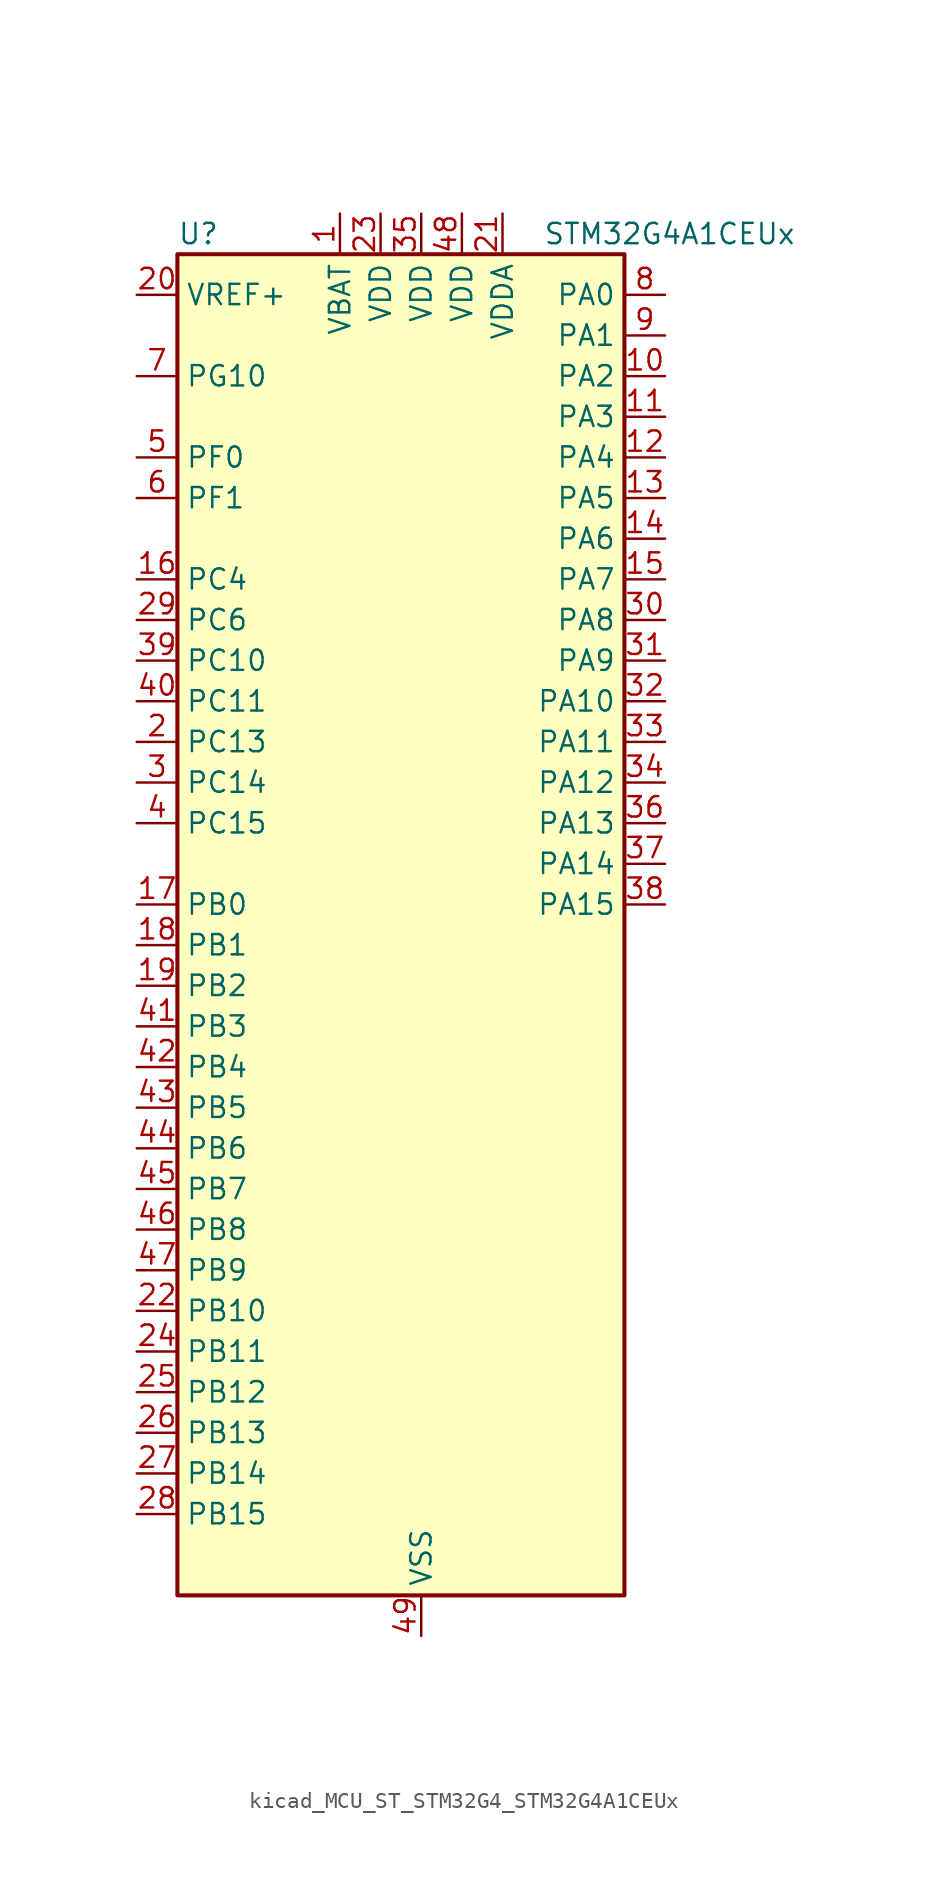
<source format=kicad_sym>
(kicad_symbol_lib
  (version 20220914)
  (generator kicad_symbol_editor)
  (symbol "kicad_MCU_ST_STM32G4_STM32G4A1CEUx"
    (property "Reference" "U"
      (at -12.7 44.45 0)
      (effects (font (size 1.27 1.27)) (justify left)))
    (property "Value" "STM32G4A1CEUx"
      (at 10.16 44.45 0)
      (effects (font (size 1.27 1.27)) (justify left)))
    (property "ki_locked" ""
      (at 0 0 0)
      (effects (font (size 1.27 1.27))))
    (symbol "kicad_MCU_ST_STM32G4_STM32G4A1CEUx_0_1"
      (rectangle (start -12.7 -40.64) (end 15.24 43.18) (stroke (width 0.254) (type default)) (fill (type background))))
    (symbol "kicad_MCU_ST_STM32G4_STM32G4A1CEUx_1_1"
      (pin power_in line (at -2.54 45.72 270) (length 2.54) (name "VBAT" (effects (font (size 1.27 1.27)))) (number "1" (effects (font (size 1.27 1.27)))))
      (pin bidirectional line (at 17.78 35.56 180) (length 2.54) (name "PA2" (effects (font (size 1.27 1.27)))) (number "10" (effects (font (size 1.27 1.27)))) (alternate "ADC1_IN3" bidirectional line) (alternate "ADC3_EXTI2" bidirectional line) (alternate "COMP2_INM" bidirectional line) (alternate "COMP2_OUT" bidirectional line) (alternate "LPUART1_TX" bidirectional line) (alternate "OPAMP1_VOUT" bidirectional line) (alternate "QUADSPI1_BK1_NCS" bidirectional line) (alternate "RCC_LSCO" bidirectional line) (alternate "SYS_WKUP4" bidirectional line) (alternate "TIM15_CH1" bidirectional line) (alternate "TIM2_CH3" bidirectional line) (alternate "UCPD1_FRSTX1" bidirectional line) (alternate "UCPD1_FRSTX2" bidirectional line) (alternate "USART2_TX" bidirectional line))
      (pin bidirectional line (at 17.78 33.02 180) (length 2.54) (name "PA3" (effects (font (size 1.27 1.27)))) (number "11" (effects (font (size 1.27 1.27)))) (alternate "ADC1_IN4" bidirectional line) (alternate "ADC3_EXTI3" bidirectional line) (alternate "COMP2_INP" bidirectional line) (alternate "LPUART1_RX" bidirectional line) (alternate "OPAMP1_VINM" bidirectional line) (alternate "OPAMP1_VINM0" bidirectional line) (alternate "OPAMP1_VINM_SEC" bidirectional line) (alternate "OPAMP1_VINP" bidirectional line) (alternate "OPAMP1_VINP_SEC" bidirectional line) (alternate "QUADSPI1_CLK" bidirectional line) (alternate "SAI1_CK1" bidirectional line) (alternate "SAI1_MCLK_A" bidirectional line) (alternate "TIM15_CH2" bidirectional line) (alternate "TIM2_CH4" bidirectional line) (alternate "USART2_RX" bidirectional line))
      (pin bidirectional line (at 17.78 30.48 180) (length 2.54) (name "PA4" (effects (font (size 1.27 1.27)))) (number "12" (effects (font (size 1.27 1.27)))) (alternate "ADC2_IN17" bidirectional line) (alternate "COMP1_INM" bidirectional line) (alternate "DAC1_OUT1" bidirectional line) (alternate "I2S3_WS" bidirectional line) (alternate "SAI1_FS_B" bidirectional line) (alternate "SPI1_NSS" bidirectional line) (alternate "SPI3_NSS" bidirectional line) (alternate "TIM3_CH2" bidirectional line) (alternate "USART2_CK" bidirectional line))
      (pin bidirectional line (at 17.78 27.94 180) (length 2.54) (name "PA5" (effects (font (size 1.27 1.27)))) (number "13" (effects (font (size 1.27 1.27)))) (alternate "ADC2_IN13" bidirectional line) (alternate "COMP2_INM" bidirectional line) (alternate "DAC1_OUT2" bidirectional line) (alternate "OPAMP2_VINM" bidirectional line) (alternate "OPAMP2_VINM0" bidirectional line) (alternate "OPAMP2_VINM_SEC" bidirectional line) (alternate "SPI1_SCK" bidirectional line) (alternate "TIM2_CH1" bidirectional line) (alternate "TIM2_ETR" bidirectional line) (alternate "UCPD1_FRSTX1" bidirectional line) (alternate "UCPD1_FRSTX2" bidirectional line))
      (pin bidirectional line (at 17.78 25.4 180) (length 2.54) (name "PA6" (effects (font (size 1.27 1.27)))) (number "14" (effects (font (size 1.27 1.27)))) (alternate "ADC2_IN3" bidirectional line) (alternate "COMP1_OUT" bidirectional line) (alternate "LPUART1_CTS" bidirectional line) (alternate "OPAMP2_VOUT" bidirectional line) (alternate "QUADSPI1_BK1_IO3" bidirectional line) (alternate "SPI1_MISO" bidirectional line) (alternate "TIM16_CH1" bidirectional line) (alternate "TIM1_BKIN" bidirectional line) (alternate "TIM3_CH1" bidirectional line) (alternate "TIM8_BKIN" bidirectional line))
      (pin bidirectional line (at 17.78 22.86 180) (length 2.54) (name "PA7" (effects (font (size 1.27 1.27)))) (number "15" (effects (font (size 1.27 1.27)))) (alternate "ADC2_IN4" bidirectional line) (alternate "COMP2_INP" bidirectional line) (alternate "COMP2_OUT" bidirectional line) (alternate "OPAMP1_VINP" bidirectional line) (alternate "OPAMP1_VINP_SEC" bidirectional line) (alternate "OPAMP2_VINP" bidirectional line) (alternate "OPAMP2_VINP_SEC" bidirectional line) (alternate "QUADSPI1_BK1_IO2" bidirectional line) (alternate "SPI1_MOSI" bidirectional line) (alternate "TIM17_CH1" bidirectional line) (alternate "TIM1_CH1N" bidirectional line) (alternate "TIM3_CH2" bidirectional line) (alternate "TIM8_CH1N" bidirectional line) (alternate "UCPD1_FRSTX1" bidirectional line) (alternate "UCPD1_FRSTX2" bidirectional line))
      (pin bidirectional line (at -15.24 22.86 0) (length 2.54) (name "PC4" (effects (font (size 1.27 1.27)))) (number "16" (effects (font (size 1.27 1.27)))) (alternate "ADC2_IN5" bidirectional line) (alternate "I2C2_SCL" bidirectional line) (alternate "QUADSPI1_BK2_IO3" bidirectional line) (alternate "TIM1_ETR" bidirectional line) (alternate "USART1_TX" bidirectional line))
      (pin bidirectional line (at -15.24 2.54 0) (length 2.54) (name "PB0" (effects (font (size 1.27 1.27)))) (number "17" (effects (font (size 1.27 1.27)))) (alternate "ADC1_IN15" bidirectional line) (alternate "ADC3_IN12" bidirectional line) (alternate "COMP4_INP" bidirectional line) (alternate "OPAMP2_VINP" bidirectional line) (alternate "OPAMP2_VINP_SEC" bidirectional line) (alternate "OPAMP3_VINP" bidirectional line) (alternate "OPAMP3_VINP_SEC" bidirectional line) (alternate "QUADSPI1_BK1_IO1" bidirectional line) (alternate "TIM1_CH2N" bidirectional line) (alternate "TIM3_CH3" bidirectional line) (alternate "TIM8_CH2N" bidirectional line) (alternate "UCPD1_FRSTX1" bidirectional line) (alternate "UCPD1_FRSTX2" bidirectional line))
      (pin bidirectional line (at -15.24 0 0) (length 2.54) (name "PB1" (effects (font (size 1.27 1.27)))) (number "18" (effects (font (size 1.27 1.27)))) (alternate "ADC1_IN12" bidirectional line) (alternate "ADC3_IN1" bidirectional line) (alternate "COMP1_INP" bidirectional line) (alternate "COMP4_OUT" bidirectional line) (alternate "LPUART1_DE" bidirectional line) (alternate "LPUART1_RTS" bidirectional line) (alternate "OPAMP3_VOUT" bidirectional line) (alternate "OPAMP6_VINM" bidirectional line) (alternate "OPAMP6_VINM1" bidirectional line) (alternate "OPAMP6_VINM_SEC" bidirectional line) (alternate "QUADSPI1_BK1_IO0" bidirectional line) (alternate "TIM1_CH3N" bidirectional line) (alternate "TIM3_CH4" bidirectional line) (alternate "TIM8_CH3N" bidirectional line))
      (pin bidirectional line (at -15.24 -2.54 0) (length 2.54) (name "PB2" (effects (font (size 1.27 1.27)))) (number "19" (effects (font (size 1.27 1.27)))) (alternate "ADC2_IN12" bidirectional line) (alternate "ADC3_EXTI2" bidirectional line) (alternate "COMP4_INM" bidirectional line) (alternate "I2C3_SMBA" bidirectional line) (alternate "LPTIM1_OUT" bidirectional line) (alternate "OPAMP3_VINM" bidirectional line) (alternate "OPAMP3_VINM0" bidirectional line) (alternate "OPAMP3_VINM_SEC" bidirectional line) (alternate "QUADSPI1_BK2_IO1" bidirectional line) (alternate "RTC_OUT2" bidirectional line) (alternate "TIM20_CH1" bidirectional line))
      (pin bidirectional line (at -15.24 12.7 0) (length 2.54) (name "PC13" (effects (font (size 1.27 1.27)))) (number "2" (effects (font (size 1.27 1.27)))) (alternate "RTC_OUT1" bidirectional line) (alternate "RTC_TAMP1" bidirectional line) (alternate "RTC_TS" bidirectional line) (alternate "SYS_WKUP2" bidirectional line) (alternate "TIM1_BKIN" bidirectional line) (alternate "TIM1_CH1N" bidirectional line) (alternate "TIM8_CH4N" bidirectional line))
      (pin input line (at -15.24 40.64 0) (length 2.54) (name "VREF+" (effects (font (size 1.27 1.27)))) (number "20" (effects (font (size 1.27 1.27)))) (alternate "VREFBUF_OUT" bidirectional line))
      (pin power_in line (at 7.62 45.72 270) (length 2.54) (name "VDDA" (effects (font (size 1.27 1.27)))) (number "21" (effects (font (size 1.27 1.27)))))
      (pin bidirectional line (at -15.24 -22.86 0) (length 2.54) (name "PB10" (effects (font (size 1.27 1.27)))) (number "22" (effects (font (size 1.27 1.27)))) (alternate "DAC1_EXTI10" bidirectional line) (alternate "DAC3_EXTI10" bidirectional line) (alternate "LPUART1_RX" bidirectional line) (alternate "OPAMP3_VINM" bidirectional line) (alternate "OPAMP3_VINM1" bidirectional line) (alternate "OPAMP3_VINM_SEC" bidirectional line) (alternate "QUADSPI1_CLK" bidirectional line) (alternate "SAI1_SCK_A" bidirectional line) (alternate "TIM1_BKIN" bidirectional line) (alternate "TIM2_CH3" bidirectional line) (alternate "USART3_TX" bidirectional line))
      (pin power_in line (at 0 45.72 270) (length 2.54) (name "VDD" (effects (font (size 1.27 1.27)))) (number "23" (effects (font (size 1.27 1.27)))))
      (pin bidirectional line (at -15.24 -25.4 0) (length 2.54) (name "PB11" (effects (font (size 1.27 1.27)))) (number "24" (effects (font (size 1.27 1.27)))) (alternate "ADC1_EXTI11" bidirectional line) (alternate "ADC1_IN14" bidirectional line) (alternate "ADC2_EXTI11" bidirectional line) (alternate "ADC2_IN14" bidirectional line) (alternate "LPUART1_TX" bidirectional line) (alternate "OPAMP6_VOUT" bidirectional line) (alternate "QUADSPI1_BK1_NCS" bidirectional line) (alternate "TIM2_CH4" bidirectional line) (alternate "USART3_RX" bidirectional line))
      (pin bidirectional line (at -15.24 -27.94 0) (length 2.54) (name "PB12" (effects (font (size 1.27 1.27)))) (number "25" (effects (font (size 1.27 1.27)))) (alternate "ADC1_IN11" bidirectional line) (alternate "FDCAN2_RX" bidirectional line) (alternate "I2C2_SMBA" bidirectional line) (alternate "I2S2_WS" bidirectional line) (alternate "LPUART1_DE" bidirectional line) (alternate "LPUART1_RTS" bidirectional line) (alternate "OPAMP6_VINP" bidirectional line) (alternate "OPAMP6_VINP_SEC" bidirectional line) (alternate "SPI2_NSS" bidirectional line) (alternate "TIM1_BKIN" bidirectional line) (alternate "USART3_CK" bidirectional line))
      (pin bidirectional line (at -15.24 -30.48 0) (length 2.54) (name "PB13" (effects (font (size 1.27 1.27)))) (number "26" (effects (font (size 1.27 1.27)))) (alternate "ADC3_IN5" bidirectional line) (alternate "FDCAN2_TX" bidirectional line) (alternate "I2S2_CK" bidirectional line) (alternate "LPUART1_CTS" bidirectional line) (alternate "OPAMP3_VINP" bidirectional line) (alternate "OPAMP3_VINP_SEC" bidirectional line) (alternate "OPAMP6_VINP" bidirectional line) (alternate "OPAMP6_VINP_SEC" bidirectional line) (alternate "SPI2_SCK" bidirectional line) (alternate "TIM1_CH1N" bidirectional line) (alternate "USART3_CTS" bidirectional line) (alternate "USART3_NSS" bidirectional line))
      (pin bidirectional line (at -15.24 -33.02 0) (length 2.54) (name "PB14" (effects (font (size 1.27 1.27)))) (number "27" (effects (font (size 1.27 1.27)))) (alternate "ADC1_IN5" bidirectional line) (alternate "COMP4_OUT" bidirectional line) (alternate "OPAMP2_VINP" bidirectional line) (alternate "OPAMP2_VINP_SEC" bidirectional line) (alternate "SPI2_MISO" bidirectional line) (alternate "TIM15_CH1" bidirectional line) (alternate "TIM1_CH2N" bidirectional line) (alternate "USART3_DE" bidirectional line) (alternate "USART3_RTS" bidirectional line))
      (pin bidirectional line (at -15.24 -35.56 0) (length 2.54) (name "PB15" (effects (font (size 1.27 1.27)))) (number "28" (effects (font (size 1.27 1.27)))) (alternate "ADC1_EXTI15" bidirectional line) (alternate "ADC2_EXTI15" bidirectional line) (alternate "ADC2_IN15" bidirectional line) (alternate "COMP3_OUT" bidirectional line) (alternate "I2S2_SD" bidirectional line) (alternate "RTC_REFIN" bidirectional line) (alternate "SPI2_MOSI" bidirectional line) (alternate "TIM15_CH1N" bidirectional line) (alternate "TIM15_CH2" bidirectional line) (alternate "TIM1_CH3N" bidirectional line))
      (pin bidirectional line (at -15.24 20.32 0) (length 2.54) (name "PC6" (effects (font (size 1.27 1.27)))) (number "29" (effects (font (size 1.27 1.27)))) (alternate "I2S2_MCK" bidirectional line) (alternate "TIM3_CH1" bidirectional line) (alternate "TIM8_CH1" bidirectional line))
      (pin bidirectional line (at -15.24 10.16 0) (length 2.54) (name "PC14" (effects (font (size 1.27 1.27)))) (number "3" (effects (font (size 1.27 1.27)))) (alternate "RCC_OSC32_IN" bidirectional line))
      (pin bidirectional line (at 17.78 20.32 180) (length 2.54) (name "PA8" (effects (font (size 1.27 1.27)))) (number "30" (effects (font (size 1.27 1.27)))) (alternate "I2C2_SDA" bidirectional line) (alternate "I2C3_SCL" bidirectional line) (alternate "I2S2_MCK" bidirectional line) (alternate "RCC_MCO" bidirectional line) (alternate "SAI1_CK2" bidirectional line) (alternate "SAI1_SCK_A" bidirectional line) (alternate "TIM1_CH1" bidirectional line) (alternate "TIM4_ETR" bidirectional line) (alternate "USART1_CK" bidirectional line))
      (pin bidirectional line (at 17.78 17.78 180) (length 2.54) (name "PA9" (effects (font (size 1.27 1.27)))) (number "31" (effects (font (size 1.27 1.27)))) (alternate "DAC1_EXTI9" bidirectional line) (alternate "DAC3_EXTI9" bidirectional line) (alternate "I2C2_SCL" bidirectional line) (alternate "I2C3_SMBA" bidirectional line) (alternate "I2S3_MCK" bidirectional line) (alternate "SAI1_FS_A" bidirectional line) (alternate "TIM15_BKIN" bidirectional line) (alternate "TIM1_CH2" bidirectional line) (alternate "TIM2_CH3" bidirectional line) (alternate "UCPD1_DBCC1" bidirectional line) (alternate "USART1_TX" bidirectional line))
      (pin bidirectional line (at 17.78 15.24 180) (length 2.54) (name "PA10" (effects (font (size 1.27 1.27)))) (number "32" (effects (font (size 1.27 1.27)))) (alternate "CRS_SYNC" bidirectional line) (alternate "DAC1_EXTI10" bidirectional line) (alternate "DAC3_EXTI10" bidirectional line) (alternate "I2C2_SMBA" bidirectional line) (alternate "SAI1_D1" bidirectional line) (alternate "SAI1_SD_A" bidirectional line) (alternate "SPI2_MISO" bidirectional line) (alternate "TIM17_BKIN" bidirectional line) (alternate "TIM1_CH3" bidirectional line) (alternate "TIM2_CH4" bidirectional line) (alternate "TIM8_BKIN" bidirectional line) (alternate "UCPD1_DBCC2" bidirectional line) (alternate "USART1_RX" bidirectional line))
      (pin bidirectional line (at 17.78 12.7 180) (length 2.54) (name "PA11" (effects (font (size 1.27 1.27)))) (number "33" (effects (font (size 1.27 1.27)))) (alternate "ADC1_EXTI11" bidirectional line) (alternate "ADC2_EXTI11" bidirectional line) (alternate "COMP1_OUT" bidirectional line) (alternate "FDCAN1_RX" bidirectional line) (alternate "I2S2_SD" bidirectional line) (alternate "SPI2_MOSI" bidirectional line) (alternate "TIM1_BKIN2" bidirectional line) (alternate "TIM1_CH1N" bidirectional line) (alternate "TIM1_CH4" bidirectional line) (alternate "TIM4_CH1" bidirectional line) (alternate "USART1_CTS" bidirectional line) (alternate "USART1_NSS" bidirectional line) (alternate "USB_DM" bidirectional line))
      (pin bidirectional line (at 17.78 10.16 180) (length 2.54) (name "PA12" (effects (font (size 1.27 1.27)))) (number "34" (effects (font (size 1.27 1.27)))) (alternate "COMP2_OUT" bidirectional line) (alternate "FDCAN1_TX" bidirectional line) (alternate "I2S_CKIN" bidirectional line) (alternate "TIM16_CH1" bidirectional line) (alternate "TIM1_CH2N" bidirectional line) (alternate "TIM1_ETR" bidirectional line) (alternate "TIM4_CH2" bidirectional line) (alternate "USART1_DE" bidirectional line) (alternate "USART1_RTS" bidirectional line) (alternate "USB_DP" bidirectional line))
      (pin power_in line (at 2.54 45.72 270) (length 2.54) (name "VDD" (effects (font (size 1.27 1.27)))) (number "35" (effects (font (size 1.27 1.27)))))
      (pin bidirectional line (at 17.78 7.62 180) (length 2.54) (name "PA13" (effects (font (size 1.27 1.27)))) (number "36" (effects (font (size 1.27 1.27)))) (alternate "I2C1_SCL" bidirectional line) (alternate "IR_OUT" bidirectional line) (alternate "SAI1_SD_B" bidirectional line) (alternate "SYS_JTMS-SWDIO" bidirectional line) (alternate "TIM16_CH1N" bidirectional line) (alternate "TIM4_CH3" bidirectional line) (alternate "USART3_CTS" bidirectional line) (alternate "USART3_NSS" bidirectional line))
      (pin bidirectional line (at 17.78 5.08 180) (length 2.54) (name "PA14" (effects (font (size 1.27 1.27)))) (number "37" (effects (font (size 1.27 1.27)))) (alternate "I2C1_SDA" bidirectional line) (alternate "LPTIM1_OUT" bidirectional line) (alternate "SAI1_FS_B" bidirectional line) (alternate "SYS_JTCK-SWCLK" bidirectional line) (alternate "TIM1_BKIN" bidirectional line) (alternate "TIM8_CH2" bidirectional line) (alternate "USART2_TX" bidirectional line))
      (pin bidirectional line (at 17.78 2.54 180) (length 2.54) (name "PA15" (effects (font (size 1.27 1.27)))) (number "38" (effects (font (size 1.27 1.27)))) (alternate "ADC1_EXTI15" bidirectional line) (alternate "ADC2_EXTI15" bidirectional line) (alternate "I2C1_SCL" bidirectional line) (alternate "I2S3_WS" bidirectional line) (alternate "SPI1_NSS" bidirectional line) (alternate "SPI3_NSS" bidirectional line) (alternate "SYS_JTDI" bidirectional line) (alternate "TIM1_BKIN" bidirectional line) (alternate "TIM20_ETR" bidirectional line) (alternate "TIM2_CH1" bidirectional line) (alternate "TIM2_ETR" bidirectional line) (alternate "TIM8_CH1" bidirectional line) (alternate "USART2_RX" bidirectional line))
      (pin bidirectional line (at -15.24 17.78 0) (length 2.54) (name "PC10" (effects (font (size 1.27 1.27)))) (number "39" (effects (font (size 1.27 1.27)))) (alternate "DAC1_EXTI10" bidirectional line) (alternate "DAC3_EXTI10" bidirectional line) (alternate "I2S3_CK" bidirectional line) (alternate "SPI3_SCK" bidirectional line) (alternate "TIM8_CH1N" bidirectional line) (alternate "USART3_TX" bidirectional line))
      (pin bidirectional line (at -15.24 7.62 0) (length 2.54) (name "PC15" (effects (font (size 1.27 1.27)))) (number "4" (effects (font (size 1.27 1.27)))) (alternate "ADC1_EXTI15" bidirectional line) (alternate "ADC2_EXTI15" bidirectional line) (alternate "RCC_OSC32_OUT" bidirectional line))
      (pin bidirectional line (at -15.24 15.24 0) (length 2.54) (name "PC11" (effects (font (size 1.27 1.27)))) (number "40" (effects (font (size 1.27 1.27)))) (alternate "ADC1_EXTI11" bidirectional line) (alternate "ADC2_EXTI11" bidirectional line) (alternate "I2C3_SDA" bidirectional line) (alternate "SPI3_MISO" bidirectional line) (alternate "TIM8_CH2N" bidirectional line) (alternate "USART3_RX" bidirectional line))
      (pin bidirectional line (at -15.24 -5.08 0) (length 2.54) (name "PB3" (effects (font (size 1.27 1.27)))) (number "41" (effects (font (size 1.27 1.27)))) (alternate "ADC3_EXTI3" bidirectional line) (alternate "CRS_SYNC" bidirectional line) (alternate "I2S3_CK" bidirectional line) (alternate "SAI1_SCK_B" bidirectional line) (alternate "SPI1_SCK" bidirectional line) (alternate "SPI3_SCK" bidirectional line) (alternate "SYS_JTDO-SWO" bidirectional line) (alternate "TIM2_CH2" bidirectional line) (alternate "TIM3_ETR" bidirectional line) (alternate "TIM4_ETR" bidirectional line) (alternate "TIM8_CH1N" bidirectional line) (alternate "USART2_TX" bidirectional line))
      (pin bidirectional line (at -15.24 -7.62 0) (length 2.54) (name "PB4" (effects (font (size 1.27 1.27)))) (number "42" (effects (font (size 1.27 1.27)))) (alternate "SAI1_MCLK_B" bidirectional line) (alternate "SPI1_MISO" bidirectional line) (alternate "SPI3_MISO" bidirectional line) (alternate "SYS_JTRST" bidirectional line) (alternate "TIM16_CH1" bidirectional line) (alternate "TIM17_BKIN" bidirectional line) (alternate "TIM3_CH1" bidirectional line) (alternate "TIM8_CH2N" bidirectional line) (alternate "UCPD1_CC2" bidirectional line) (alternate "USART2_RX" bidirectional line))
      (pin bidirectional line (at -15.24 -10.16 0) (length 2.54) (name "PB5" (effects (font (size 1.27 1.27)))) (number "43" (effects (font (size 1.27 1.27)))) (alternate "FDCAN2_RX" bidirectional line) (alternate "I2C1_SMBA" bidirectional line) (alternate "I2C3_SDA" bidirectional line) (alternate "I2S3_SD" bidirectional line) (alternate "LPTIM1_IN1" bidirectional line) (alternate "SAI1_SD_B" bidirectional line) (alternate "SPI1_MOSI" bidirectional line) (alternate "SPI3_MOSI" bidirectional line) (alternate "TIM16_BKIN" bidirectional line) (alternate "TIM17_CH1" bidirectional line) (alternate "TIM3_CH2" bidirectional line) (alternate "TIM8_CH3N" bidirectional line) (alternate "USART2_CK" bidirectional line))
      (pin bidirectional line (at -15.24 -12.7 0) (length 2.54) (name "PB6" (effects (font (size 1.27 1.27)))) (number "44" (effects (font (size 1.27 1.27)))) (alternate "COMP4_OUT" bidirectional line) (alternate "FDCAN2_TX" bidirectional line) (alternate "LPTIM1_ETR" bidirectional line) (alternate "SAI1_FS_B" bidirectional line) (alternate "TIM16_CH1N" bidirectional line) (alternate "TIM4_CH1" bidirectional line) (alternate "TIM8_BKIN2" bidirectional line) (alternate "TIM8_CH1" bidirectional line) (alternate "TIM8_ETR" bidirectional line) (alternate "UCPD1_CC1" bidirectional line) (alternate "USART1_TX" bidirectional line))
      (pin bidirectional line (at -15.24 -15.24 0) (length 2.54) (name "PB7" (effects (font (size 1.27 1.27)))) (number "45" (effects (font (size 1.27 1.27)))) (alternate "COMP3_OUT" bidirectional line) (alternate "I2C1_SDA" bidirectional line) (alternate "LPTIM1_IN2" bidirectional line) (alternate "SYS_PVD_IN" bidirectional line) (alternate "TIM17_CH1N" bidirectional line) (alternate "TIM3_CH4" bidirectional line) (alternate "TIM4_CH2" bidirectional line) (alternate "TIM8_BKIN" bidirectional line) (alternate "USART1_RX" bidirectional line))
      (pin bidirectional line (at -15.24 -17.78 0) (length 2.54) (name "PB8" (effects (font (size 1.27 1.27)))) (number "46" (effects (font (size 1.27 1.27)))) (alternate "COMP1_OUT" bidirectional line) (alternate "FDCAN1_RX" bidirectional line) (alternate "I2C1_SCL" bidirectional line) (alternate "SAI1_CK1" bidirectional line) (alternate "SAI1_MCLK_A" bidirectional line) (alternate "TIM16_CH1" bidirectional line) (alternate "TIM1_BKIN" bidirectional line) (alternate "TIM4_CH3" bidirectional line) (alternate "TIM8_CH2" bidirectional line) (alternate "USART3_RX" bidirectional line))
      (pin bidirectional line (at -15.24 -20.32 0) (length 2.54) (name "PB9" (effects (font (size 1.27 1.27)))) (number "47" (effects (font (size 1.27 1.27)))) (alternate "COMP2_OUT" bidirectional line) (alternate "DAC1_EXTI9" bidirectional line) (alternate "DAC3_EXTI9" bidirectional line) (alternate "FDCAN1_TX" bidirectional line) (alternate "I2C1_SDA" bidirectional line) (alternate "IR_OUT" bidirectional line) (alternate "SAI1_D2" bidirectional line) (alternate "SAI1_FS_A" bidirectional line) (alternate "TIM17_CH1" bidirectional line) (alternate "TIM1_CH3N" bidirectional line) (alternate "TIM4_CH4" bidirectional line) (alternate "TIM8_CH3" bidirectional line) (alternate "USART3_TX" bidirectional line))
      (pin power_in line (at 5.08 45.72 270) (length 2.54) (name "VDD" (effects (font (size 1.27 1.27)))) (number "48" (effects (font (size 1.27 1.27)))))
      (pin power_in line (at 2.54 -43.18 90) (length 2.54) (name "VSS" (effects (font (size 1.27 1.27)))) (number "49" (effects (font (size 1.27 1.27)))))
      (pin bidirectional line (at -15.24 30.48 0) (length 2.54) (name "PF0" (effects (font (size 1.27 1.27)))) (number "5" (effects (font (size 1.27 1.27)))) (alternate "ADC1_IN10" bidirectional line) (alternate "I2C2_SDA" bidirectional line) (alternate "I2S2_WS" bidirectional line) (alternate "RCC_OSC_IN" bidirectional line) (alternate "SPI2_NSS" bidirectional line) (alternate "TIM1_CH3N" bidirectional line))
      (pin bidirectional line (at -15.24 27.94 0) (length 2.54) (name "PF1" (effects (font (size 1.27 1.27)))) (number "6" (effects (font (size 1.27 1.27)))) (alternate "ADC2_IN10" bidirectional line) (alternate "COMP3_INM" bidirectional line) (alternate "I2S2_CK" bidirectional line) (alternate "RCC_OSC_OUT" bidirectional line) (alternate "SPI2_SCK" bidirectional line))
      (pin bidirectional line (at -15.24 35.56 0) (length 2.54) (name "PG10" (effects (font (size 1.27 1.27)))) (number "7" (effects (font (size 1.27 1.27)))) (alternate "DAC1_EXTI10" bidirectional line) (alternate "DAC3_EXTI10" bidirectional line) (alternate "RCC_MCO" bidirectional line))
      (pin bidirectional line (at 17.78 40.64 180) (length 2.54) (name "PA0" (effects (font (size 1.27 1.27)))) (number "8" (effects (font (size 1.27 1.27)))) (alternate "ADC1_IN1" bidirectional line) (alternate "ADC2_IN1" bidirectional line) (alternate "COMP1_INM" bidirectional line) (alternate "COMP1_OUT" bidirectional line) (alternate "COMP3_INP" bidirectional line) (alternate "RTC_TAMP2" bidirectional line) (alternate "SYS_WKUP1" bidirectional line) (alternate "TIM2_CH1" bidirectional line) (alternate "TIM2_ETR" bidirectional line) (alternate "TIM8_BKIN" bidirectional line) (alternate "TIM8_ETR" bidirectional line) (alternate "USART2_CTS" bidirectional line) (alternate "USART2_NSS" bidirectional line))
      (pin bidirectional line (at 17.78 38.1 180) (length 2.54) (name "PA1" (effects (font (size 1.27 1.27)))) (number "9" (effects (font (size 1.27 1.27)))) (alternate "ADC1_IN2" bidirectional line) (alternate "ADC2_IN2" bidirectional line) (alternate "COMP1_INP" bidirectional line) (alternate "OPAMP1_VINP" bidirectional line) (alternate "OPAMP1_VINP_SEC" bidirectional line) (alternate "OPAMP3_VINP" bidirectional line) (alternate "OPAMP3_VINP_SEC" bidirectional line) (alternate "OPAMP6_VINM" bidirectional line) (alternate "OPAMP6_VINM0" bidirectional line) (alternate "OPAMP6_VINM_SEC" bidirectional line) (alternate "RTC_REFIN" bidirectional line) (alternate "TIM15_CH1N" bidirectional line) (alternate "TIM2_CH2" bidirectional line) (alternate "USART2_DE" bidirectional line) (alternate "USART2_RTS" bidirectional line)))))
</source>
